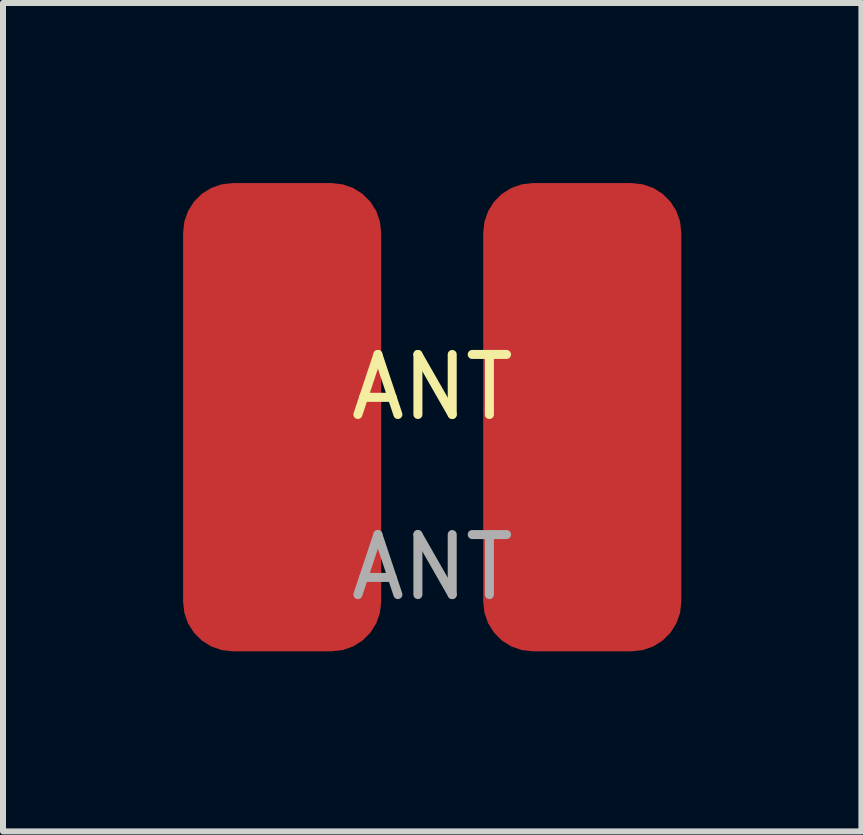
<source format=kicad_pcb>
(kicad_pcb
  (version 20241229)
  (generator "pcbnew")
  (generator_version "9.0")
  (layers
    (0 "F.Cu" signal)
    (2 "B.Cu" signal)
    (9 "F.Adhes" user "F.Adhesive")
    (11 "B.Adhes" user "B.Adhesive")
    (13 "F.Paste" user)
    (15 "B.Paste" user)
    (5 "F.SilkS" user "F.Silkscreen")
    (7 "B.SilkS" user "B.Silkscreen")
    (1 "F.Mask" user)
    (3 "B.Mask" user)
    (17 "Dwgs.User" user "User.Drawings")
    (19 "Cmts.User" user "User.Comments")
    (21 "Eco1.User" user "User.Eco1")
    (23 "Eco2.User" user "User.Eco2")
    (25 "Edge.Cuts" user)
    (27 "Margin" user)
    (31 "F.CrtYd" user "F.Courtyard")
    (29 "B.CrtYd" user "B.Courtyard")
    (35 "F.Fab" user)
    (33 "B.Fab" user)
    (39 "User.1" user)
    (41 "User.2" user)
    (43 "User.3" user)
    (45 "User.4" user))
  (footprint "ANT"
    (layer "F.Cu")
    (at 4.15 3.9)
    (property "Reference" "ANT" (at 0 -0.5 0) (unlocked yes) (layer "F.SilkS") (effects (font (size 1 1) (thickness 0.15))))
    (attr smd)
    (fp_text user "${REFERENCE}" (at 0 2.5 0) (unlocked yes) (layer "F.Fab") (effects (font (size 1 1) (thickness 0.15))))
    (pad "1" smd roundrect (at 2.5 0) (size 3.3 7.8) (layers "F.Cu" "F.Mask" "F.Paste") (roundrect_rratio 0.25))
    (pad "2" smd roundrect (at -2.5 0) (size 3.3 7.8) (layers "F.Cu" "F.Mask" "F.Paste") (roundrect_rratio 0.25)))
  (gr_rect
    (start -3 -3)
    (end 11.3 10.8)
    (stroke (width 0.1) (type default))
    (fill no)
    (layer "Edge.Cuts")))
</source>
